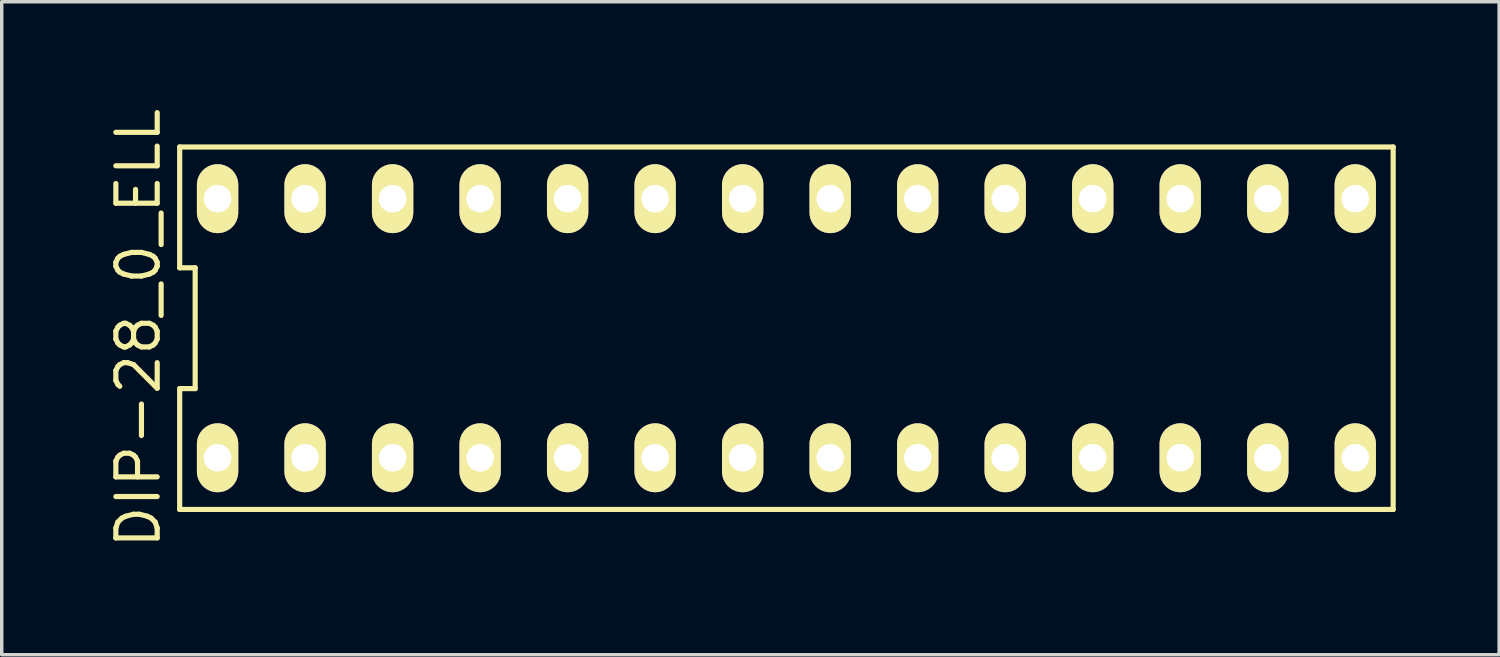
<source format=kicad_pcb>
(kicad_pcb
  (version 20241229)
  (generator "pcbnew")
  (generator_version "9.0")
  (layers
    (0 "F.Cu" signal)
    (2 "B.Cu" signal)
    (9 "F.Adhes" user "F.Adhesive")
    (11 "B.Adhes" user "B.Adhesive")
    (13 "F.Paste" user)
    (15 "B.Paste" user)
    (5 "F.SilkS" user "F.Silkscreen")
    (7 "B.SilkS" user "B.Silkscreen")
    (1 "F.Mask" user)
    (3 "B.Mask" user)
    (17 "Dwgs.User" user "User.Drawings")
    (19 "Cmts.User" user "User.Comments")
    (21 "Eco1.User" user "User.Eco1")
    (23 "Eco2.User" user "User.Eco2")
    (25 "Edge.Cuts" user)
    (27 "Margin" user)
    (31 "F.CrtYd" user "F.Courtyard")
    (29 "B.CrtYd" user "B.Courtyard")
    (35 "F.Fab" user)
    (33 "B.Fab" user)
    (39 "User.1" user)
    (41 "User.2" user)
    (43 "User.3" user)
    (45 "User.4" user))
  (footprint "DIP-28_0_ELL"
    (layer "F.Cu")
    (at 19.775 6.476)
    (property "Reference" "DIP-28_0_ELL" (at -18.81 0 90) (layer "F.SilkS") (effects (font (size 1.2 1.2) (thickness 0.15))))
    (attr through_hole)
    (fp_line (start -17.61 -5.26) (end -17.61 -1.753) (stroke (width 0.15) (type solid)) (layer "F.SilkS"))
    (fp_line (start -17.61 -1.753) (end -17.16 -1.753) (stroke (width 0.15) (type solid)) (layer "F.SilkS"))
    (fp_line (start -17.61 1.753) (end -17.61 5.26) (stroke (width 0.15) (type solid)) (layer "F.SilkS"))
    (fp_line (start -17.61 5.26) (end 17.61 5.26) (stroke (width 0.15) (type solid)) (layer "F.SilkS"))
    (fp_line (start -17.16 -1.753) (end -17.16 1.753) (stroke (width 0.15) (type solid)) (layer "F.SilkS"))
    (fp_line (start -17.16 1.753) (end -17.61 1.753) (stroke (width 0.15) (type solid)) (layer "F.SilkS"))
    (fp_line (start 17.61 -5.26) (end -17.61 -5.26) (stroke (width 0.15) (type solid)) (layer "F.SilkS"))
    (fp_line (start 17.61 5.26) (end 17.61 -5.26) (stroke (width 0.15) (type solid)) (layer "F.SilkS"))
    (pad "1" thru_hole oval (at -16.51 3.76) (size 1.2 2) (drill 0.8) (layers "*.Cu" "*.Mask" "F.SilkS"))
    (pad "2" thru_hole oval (at -13.97 3.76) (size 1.2 2) (drill 0.8) (layers "*.Cu" "*.Mask" "F.SilkS"))
    (pad "3" thru_hole oval (at -11.43 3.76) (size 1.2 2) (drill 0.8) (layers "*.Cu" "*.Mask" "F.SilkS"))
    (pad "4" thru_hole oval (at -8.89 3.76) (size 1.2 2) (drill 0.8) (layers "*.Cu" "*.Mask" "F.SilkS"))
    (pad "5" thru_hole oval (at -6.35 3.76) (size 1.2 2) (drill 0.8) (layers "*.Cu" "*.Mask" "F.SilkS"))
    (pad "6" thru_hole oval (at -3.81 3.76) (size 1.2 2) (drill 0.8) (layers "*.Cu" "*.Mask" "F.SilkS"))
    (pad "7" thru_hole oval (at -1.27 3.76) (size 1.2 2) (drill 0.8) (layers "*.Cu" "*.Mask" "F.SilkS"))
    (pad "8" thru_hole oval (at 1.27 3.76) (size 1.2 2) (drill 0.8) (layers "*.Cu" "*.Mask" "F.SilkS"))
    (pad "9" thru_hole oval (at 3.81 3.76) (size 1.2 2) (drill 0.8) (layers "*.Cu" "*.Mask" "F.SilkS"))
    (pad "10" thru_hole oval (at 6.35 3.76) (size 1.2 2) (drill 0.8) (layers "*.Cu" "*.Mask" "F.SilkS"))
    (pad "11" thru_hole oval (at 8.89 3.76) (size 1.2 2) (drill 0.8) (layers "*.Cu" "*.Mask" "F.SilkS"))
    (pad "12" thru_hole oval (at 11.43 3.76) (size 1.2 2) (drill 0.8) (layers "*.Cu" "*.Mask" "F.SilkS"))
    (pad "13" thru_hole oval (at 13.97 3.76) (size 1.2 2) (drill 0.8) (layers "*.Cu" "*.Mask" "F.SilkS"))
    (pad "14" thru_hole oval (at 16.51 3.76) (size 1.2 2) (drill 0.8) (layers "*.Cu" "*.Mask" "F.SilkS"))
    (pad "15" thru_hole oval (at 16.51 -3.76) (size 1.2 2) (drill 0.8) (layers "*.Cu" "*.Mask" "F.SilkS"))
    (pad "16" thru_hole oval (at 13.97 -3.76) (size 1.2 2) (drill 0.8) (layers "*.Cu" "*.Mask" "F.SilkS"))
    (pad "17" thru_hole oval (at 11.43 -3.76) (size 1.2 2) (drill 0.8) (layers "*.Cu" "*.Mask" "F.SilkS"))
    (pad "18" thru_hole oval (at 8.89 -3.76) (size 1.2 2) (drill 0.8) (layers "*.Cu" "*.Mask" "F.SilkS"))
    (pad "19" thru_hole oval (at 6.35 -3.76) (size 1.2 2) (drill 0.8) (layers "*.Cu" "*.Mask" "F.SilkS"))
    (pad "20" thru_hole oval (at 3.81 -3.76) (size 1.2 2) (drill 0.8) (layers "*.Cu" "*.Mask" "F.SilkS"))
    (pad "21" thru_hole oval (at 1.27 -3.76) (size 1.2 2) (drill 0.8) (layers "*.Cu" "*.Mask" "F.SilkS"))
    (pad "22" thru_hole oval (at -1.27 -3.76) (size 1.2 2) (drill 0.8) (layers "*.Cu" "*.Mask" "F.SilkS"))
    (pad "23" thru_hole oval (at -3.81 -3.76) (size 1.2 2) (drill 0.8) (layers "*.Cu" "*.Mask" "F.SilkS"))
    (pad "24" thru_hole oval (at -6.35 -3.76) (size 1.2 2) (drill 0.8) (layers "*.Cu" "*.Mask" "F.SilkS"))
    (pad "25" thru_hole oval (at -8.89 -3.76) (size 1.2 2) (drill 0.8) (layers "*.Cu" "*.Mask" "F.SilkS"))
    (pad "26" thru_hole oval (at -11.43 -3.76) (size 1.2 2) (drill 0.8) (layers "*.Cu" "*.Mask" "F.SilkS"))
    (pad "27" thru_hole oval (at -13.97 -3.76) (size 1.2 2) (drill 0.8) (layers "*.Cu" "*.Mask" "F.SilkS"))
    (pad "28" thru_hole oval (at -16.51 -3.76) (size 1.2 2) (drill 0.8) (layers "*.Cu" "*.Mask" "F.SilkS")))
  (gr_rect
    (start -3 -3)
    (end 40.46 15.953)
    (stroke (width 0.1) (type default))
    (fill no)
    (layer "Edge.Cuts")))
</source>
